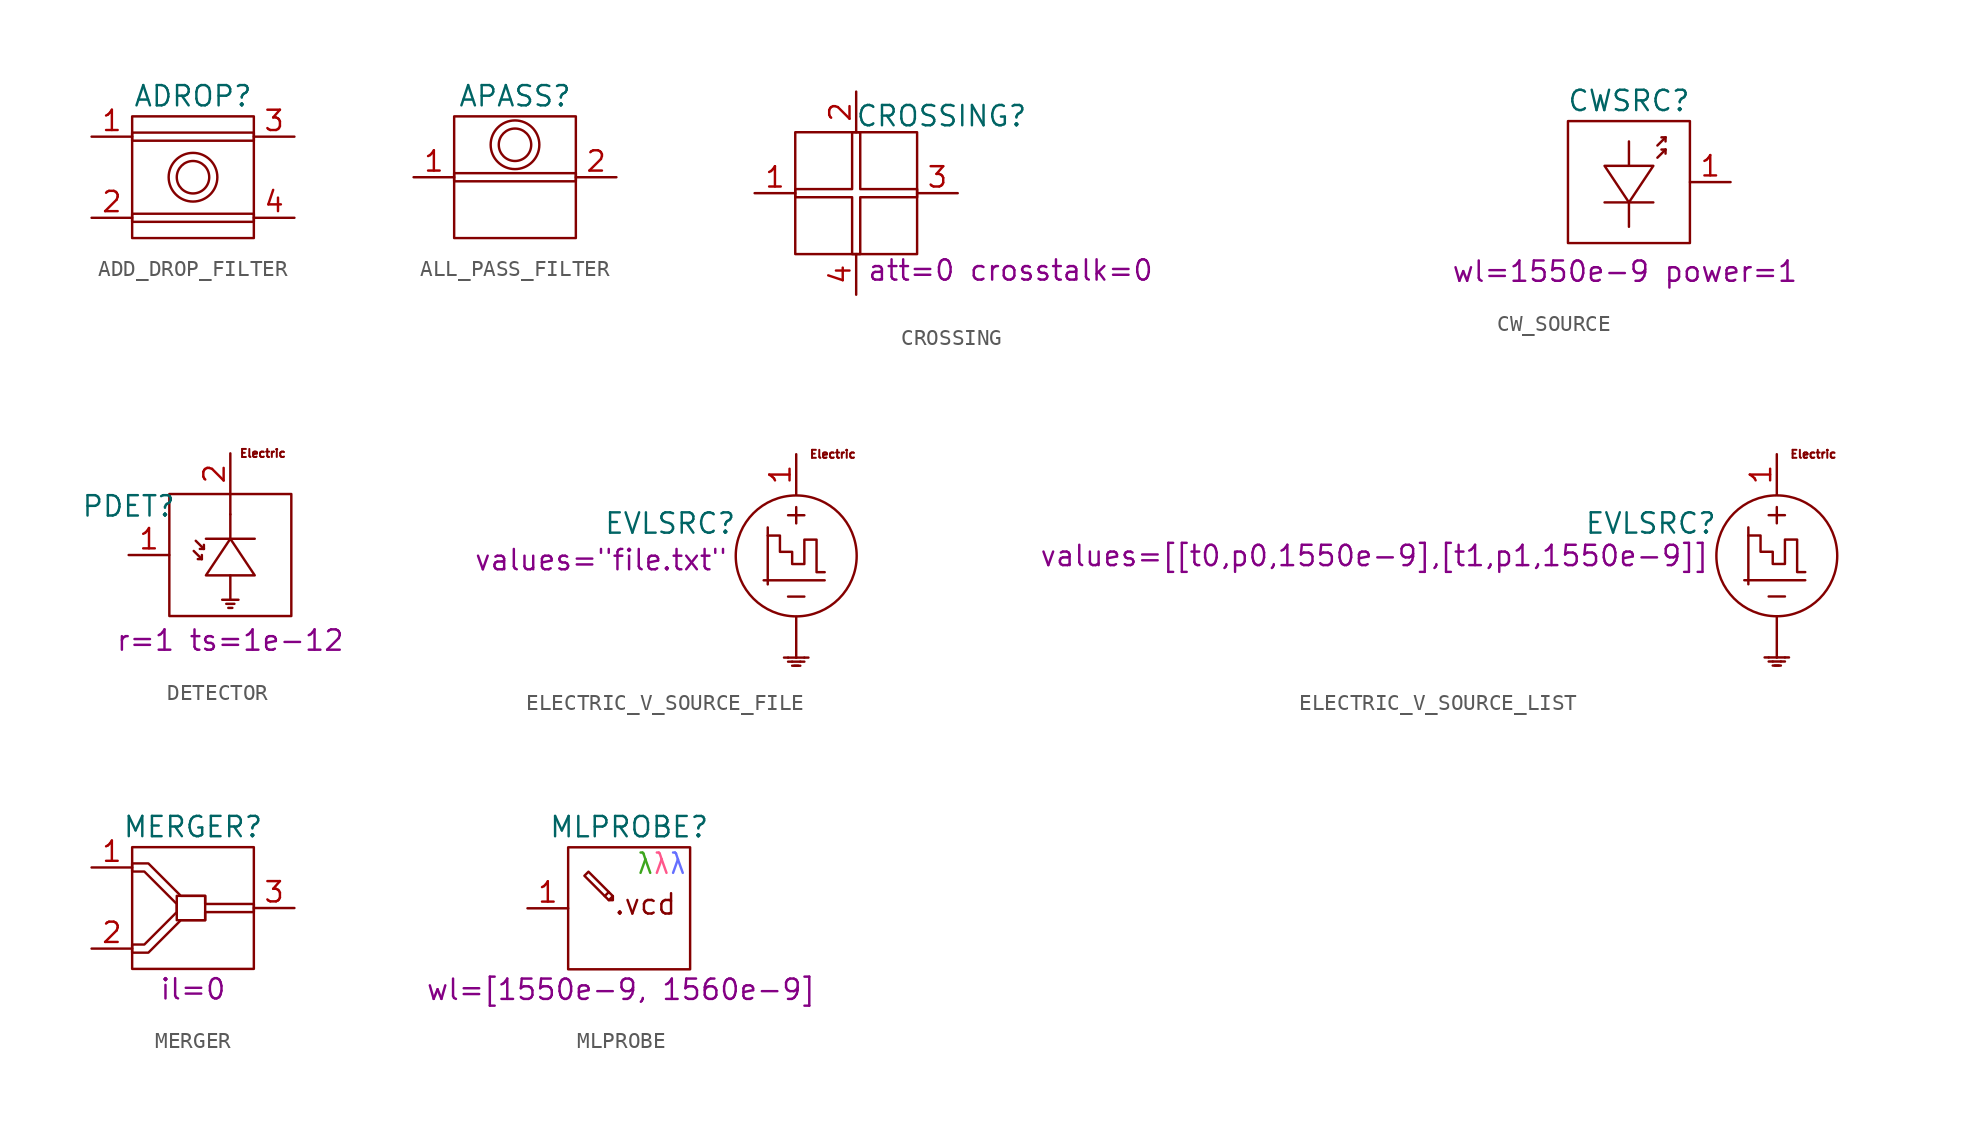
<source format=kicad_sym>
(kicad_symbol_lib
  (version 20220914)
  (generator kicad_symbol_editor)
  (symbol "ADD_DROP_FILTER"
    (property "Reference" "ADROP"
      (at 0 5.08 0)
      (do_not_autoplace)
      (effects (font (size 1.27 1.27))))
    (symbol "ADD_DROP_FILTER_0_0"
      (text "" (at -3.556 1.524 0) (effects (font (size 1.27 1.27)))))
    (symbol "ADD_DROP_FILTER_0_1"
      (rectangle (start -3.81 -2.286) (end 3.81 -2.794) (stroke (width 0) (type default)) (fill (type none)))
      (rectangle (start -3.81 2.794) (end 3.81 2.286) (stroke (width 0) (type default)) (fill (type none)))
      (rectangle (start -3.81 3.81) (end 3.81 -3.81) (stroke (width 0) (type default)) (fill (type none)))
      (circle (center 0 0) (radius 1.016) (stroke (width 0) (type default)) (fill (type none)))
      (circle (center 0 0) (radius 1.524) (stroke (width 0) (type default)) (fill (type none))))
    (symbol "ADD_DROP_FILTER_1_1"
      (pin input line (at -6.35 2.54 0) (length 2.54) (name "" (effects (font (size 1.27 1.27)))) (number "1" (effects (font (size 1.27 1.27)))))
      (pin input line (at -6.35 -2.54 0) (length 2.54) (name "" (effects (font (size 1.27 1.27)))) (number "2" (effects (font (size 1.27 1.27)))))
      (pin output line (at 6.35 2.54 180) (length 2.54) (name "" (effects (font (size 1.27 1.27)))) (number "3" (effects (font (size 1.27 1.27)))))
      (pin output line (at 6.35 -2.54 180) (length 2.54) (name "" (effects (font (size 1.27 1.27)))) (number "4" (effects (font (size 1.27 1.27)))))))
  (symbol "ALL_PASS_FILTER"
    (property "Reference" "APASS"
      (at 0 5.08 0)
      (do_not_autoplace)
      (effects (font (size 1.27 1.27))))
    (symbol "ALL_PASS_FILTER_0_1"
      (rectangle (start -3.81 0.254) (end 3.81 -0.254) (stroke (width 0) (type default)) (fill (type none)))
      (rectangle (start -3.81 3.81) (end 3.81 -3.81) (stroke (width 0) (type default)) (fill (type none)))
      (circle (center 0 2.032) (radius 1.016) (stroke (width 0) (type default)) (fill (type none)))
      (circle (center 0 2.032) (radius 1.524) (stroke (width 0) (type default)) (fill (type none))))
    (symbol "ALL_PASS_FILTER_1_1"
      (pin input line (at -6.35 0 0) (length 2.54) (name "" (effects (font (size 1.27 1.27)))) (number "1" (effects (font (size 1.27 1.27)))))
      (pin output line (at 6.35 0 180) (length 2.54) (name "" (effects (font (size 1.27 1.27)))) (number "2" (effects (font (size 1.27 1.27)))))))
  (symbol "CROSSING"
    (property "Reference" "CROSSING"
      (at 5.334 4.826 0)
      (do_not_autoplace)
      (effects (font (size 1.27 1.27))))
    (property "Sim.Params" "att=0 crosstalk=0"
      (at 9.652 -4.826 0)
      (effects (font (size 1.27 1.27))))
    (symbol "CROSSING_0_1"
      (rectangle (start -3.81 3.81) (end 3.81 -3.81) (stroke (width 0) (type default)) (fill (type none))))
    (symbol "CROSSING_1_1"
      (polyline (pts (xy -3.81 0.254) (xy -0.254 0.254) (xy -0.254 3.81) (xy 0.254 3.81) (xy 0.254 0.254) (xy 3.81 0.254) (xy 3.81 -0.254) (xy 0.254 -0.254) (xy 0.254 -3.81) (xy -0.254 -3.81) (xy -0.254 -0.254) (xy -3.81 -0.254) (xy -3.81 0.254)) (stroke (width 0) (type default)) (fill (type none)))
      (pin input line (at -6.35 0 0) (length 2.54) (name "" (effects (font (size 1.27 1.27)))) (number "1" (effects (font (size 1.27 1.27)))))
      (pin input line (at 0 6.35 270) (length 2.54) (name "" (effects (font (size 1.27 1.27)))) (number "2" (effects (font (size 1.27 1.27)))))
      (pin output line (at 6.35 0 180) (length 2.54) (name "" (effects (font (size 1.27 1.27)))) (number "3" (effects (font (size 1.27 1.27)))))
      (pin output line (at 0 -6.35 90) (length 2.54) (name "" (effects (font (size 1.27 1.27)))) (number "4" (effects (font (size 1.27 1.27)))))))
  (symbol "CW_SOURCE"
    (property "Reference" "CWSRC"
      (at 0 5.08 0)
      (do_not_autoplace)
      (effects (font (size 1.27 1.27))))
    (property "Value" ""
      (at -19.812 -0.254 0)
      (effects (font (size 1.27 1.27))))
    (property "Sim.Params" "wl=1550e-9 power=1"
      (at -0.254 -5.588 0)
      (effects (font (size 1.27 1.27))))
    (symbol "CW_SOURCE_0_1"
      (rectangle (start -3.81 3.81) (end 3.81 -3.81) (stroke (width 0) (type default)) (fill (type none)))
      (polyline (pts (xy -1.524 -1.27) (xy 1.524 -1.27)) (stroke (width 0) (type default)) (fill (type none)))
      (polyline (pts (xy 0 -1.27) (xy 0 -2.794)) (stroke (width 0) (type default)) (fill (type none)))
      (polyline (pts (xy 0 1.016) (xy 0 2.54)) (stroke (width 0) (type default)) (fill (type none)))
      (polyline (pts (xy 1.778 1.524) (xy 2.286 2.032)) (stroke (width 0) (type default)) (fill (type none)))
      (polyline (pts (xy 1.778 2.286) (xy 2.286 2.794)) (stroke (width 0) (type default)) (fill (type none)))
      (polyline (pts (xy 2.286 2.032) (xy 2.032 2.032)) (stroke (width 0) (type default)) (fill (type none)))
      (polyline (pts (xy 2.286 2.032) (xy 2.286 1.778)) (stroke (width 0) (type default)) (fill (type none)))
      (polyline (pts (xy 2.286 2.794) (xy 2.032 2.794)) (stroke (width 0) (type default)) (fill (type none)))
      (polyline (pts (xy 2.286 2.794) (xy 2.286 2.54)) (stroke (width 0) (type default)) (fill (type none)))
      (polyline (pts (xy 0 -1.27) (xy -1.524 1.016) (xy 1.524 1.016) (xy 0 -1.27)) (stroke (width 0) (type default)) (fill (type none))))
    (symbol "CW_SOURCE_1_1"
      (pin output line (at 6.35 0 180) (length 2.54) (name "" (effects (font (size 1.27 1.27)))) (number "1" (effects (font (size 1.27 1.27)))))))
  (symbol "DETECTOR"
    (property "Reference" "PDET"
      (at -6.35 3.048 0)
      (effects (font (size 1.27 1.27))))
    (property "Value" ""
      (at -0.508 3.556 0)
      (effects (font (size 1.27 1.27))))
    (property "Sim.Params" "r=1 ts=1e-12"
      (at 0 -5.334 0)
      (effects (font (size 1.27 1.27))))
    (symbol "DETECTOR_0_1"
      (rectangle (start -3.81 3.81) (end 3.81 -3.81) (stroke (width 0) (type default)) (fill (type none)))
      (polyline (pts (xy -2.286 0.254) (xy -1.778 -0.254)) (stroke (width 0) (type default)) (fill (type none)))
      (polyline (pts (xy -2.159 0.889) (xy -1.651 0.381)) (stroke (width 0) (type default)) (fill (type none)))
      (polyline (pts (xy -1.778 -0.254) (xy -2.032 -0.254)) (stroke (width 0) (type default)) (fill (type none)))
      (polyline (pts (xy -1.778 -0.254) (xy -1.778 0)) (stroke (width 0) (type default)) (fill (type none)))
      (polyline (pts (xy -1.651 0.381) (xy -1.905 0.381)) (stroke (width 0) (type default)) (fill (type none)))
      (polyline (pts (xy -1.651 0.381) (xy -1.651 0.635)) (stroke (width 0) (type default)) (fill (type none)))
      (polyline (pts (xy -0.254 -3.048) (xy 0.254 -3.048)) (stroke (width 0) (type default)) (fill (type none)))
      (polyline (pts (xy -0.127 -3.302) (xy 0.127 -3.302)) (stroke (width 0) (type default)) (fill (type none)))
      (polyline (pts (xy 0 -2.794) (xy -0.508 -2.794)) (stroke (width 0) (type default)) (fill (type none)))
      (polyline (pts (xy 0 -2.794) (xy 0.508 -2.794)) (stroke (width 0) (type default)) (fill (type none)))
      (polyline (pts (xy 0 -1.27) (xy 0 -2.794)) (stroke (width 0) (type default)) (fill (type none)))
      (polyline (pts (xy 0 1.016) (xy 0 2.54)) (stroke (width 0) (type default)) (fill (type none)))
      (polyline (pts (xy 0 2.54) (xy 0 3.81)) (stroke (width 0) (type default)) (fill (type none)))
      (polyline (pts (xy 1.524 1.016) (xy -1.524 1.016)) (stroke (width 0) (type default)) (fill (type none)))
      (polyline (pts (xy 0 1.016) (xy 1.524 -1.27) (xy -1.524 -1.27) (xy 0 1.016)) (stroke (width 0) (type default)) (fill (type none))))
    (symbol "DETECTOR_1_1"
      (text "Electric" (at 2.032 6.35 0) (effects (font (face "KiCad Font") (size 0.5 0.5))))
      (pin input line (at -6.35 0 0) (length 2.54) (name "" (effects (font (size 1.27 1.27)))) (number "1" (effects (font (size 1.27 1.27)))))
      (pin output line (at 0 6.35 270) (length 2.54) (name "" (effects (font (size 1.27 1.27)))) (number "2" (effects (font (size 1.27 1.27)))))))
  (symbol "ELECTRIC_V_SOURCE_FILE"
    (property "Reference" "EVLSRC"
      (at -7.874 2.032 0)
      (do_not_autoplace)
      (effects (font (size 1.27 1.27))))
    (property "Value" ""
      (at -19.812 -0.254 0)
      (effects (font (size 1.27 1.27))))
    (property "Sim.Params" "values=\"file.txt\""
      (at -12.192 -0.254 0)
      (effects (font (size 1.27 1.27))))
    (symbol "ELECTRIC_V_SOURCE_FILE_0_1"
      (polyline (pts (xy -2.032 -1.524) (xy 1.778 -1.524)) (stroke (width 0) (type default)) (fill (type none)))
      (polyline (pts (xy -1.778 1.778) (xy -1.778 -1.778)) (stroke (width 0) (type default)) (fill (type none)))
      (polyline (pts (xy -0.508 -6.35) (xy -0.762 -6.35)) (stroke (width 0) (type default)) (fill (type none)))
      (polyline (pts (xy -0.508 -2.54) (xy 0.508 -2.54)) (stroke (width 0) (type default)) (fill (type none)))
      (polyline (pts (xy -0.508 2.54) (xy 0.508 2.54)) (stroke (width 0) (type default)) (fill (type none)))
      (polyline (pts (xy -0.254 -6.858) (xy 0.254 -6.858)) (stroke (width 0) (type default)) (fill (type none)))
      (polyline (pts (xy -0.254 -6.604) (xy -0.508 -6.604)) (stroke (width 0) (type default)) (fill (type none)))
      (polyline (pts (xy -0.254 -6.604) (xy 0.254 -6.604)) (stroke (width 0) (type default)) (fill (type none)))
      (polyline (pts (xy -0.127 -6.858) (xy 0.127 -6.858)) (stroke (width 0) (type default)) (fill (type none)))
      (polyline (pts (xy 0 -6.35) (xy -0.508 -6.35)) (stroke (width 0) (type default)) (fill (type none)))
      (polyline (pts (xy 0 -6.35) (xy 0 -3.81)) (stroke (width 0) (type default)) (fill (type none)))
      (polyline (pts (xy 0 -6.35) (xy 0.508 -6.35)) (stroke (width 0) (type default)) (fill (type none)))
      (polyline (pts (xy 0 3.048) (xy 0 2.032)) (stroke (width 0) (type default)) (fill (type none)))
      (polyline (pts (xy 0.254 -6.604) (xy 0.508 -6.604)) (stroke (width 0) (type default)) (fill (type none)))
      (polyline (pts (xy 0.508 -6.35) (xy 0.762 -6.35)) (stroke (width 0) (type default)) (fill (type none)))
      (polyline (pts (xy -1.778 1.27) (xy -1.016 1.27) (xy -1.016 0.254) (xy -0.254 0.254) (xy -0.254 -0.508) (xy 0.508 -0.508) (xy 0.508 1.016) (xy 1.27 1.016) (xy 1.27 -1.016) (xy 1.778 -1.016)) (stroke (width 0) (type default)) (fill (type none)))
      (circle (center 0 0) (radius 3.776) (stroke (width 0) (type default)) (fill (type none))))
    (symbol "ELECTRIC_V_SOURCE_FILE_1_1"
      (text "Electric" (at 2.286 6.35 0) (effects (font (face "KiCad Font") (size 0.5 0.5))))
      (pin output line (at 0 6.35 270) (length 2.54) (name "" (effects (font (size 1.27 1.27)))) (number "1" (effects (font (size 1.27 1.27)))))))
  (symbol "ELECTRIC_V_SOURCE_LIST"
    (property "Reference" "EVLSRC"
      (at -7.874 2.032 0)
      (do_not_autoplace)
      (effects (font (size 1.27 1.27))))
    (property "Value" ""
      (at -19.812 -0.254 0)
      (effects (font (size 1.27 1.27))))
    (property "Sim.Params" "values=[[t0,p0,1550e-9],[t1,p1,1550e-9]]"
      (at -25.146 0 0)
      (effects (font (size 1.27 1.27))))
    (symbol "ELECTRIC_V_SOURCE_LIST_0_1"
      (polyline (pts (xy -2.032 -1.524) (xy 1.778 -1.524)) (stroke (width 0) (type default)) (fill (type none)))
      (polyline (pts (xy -1.778 1.778) (xy -1.778 -1.778)) (stroke (width 0) (type default)) (fill (type none)))
      (polyline (pts (xy -0.508 -6.35) (xy -0.762 -6.35)) (stroke (width 0) (type default)) (fill (type none)))
      (polyline (pts (xy -0.508 -2.54) (xy 0.508 -2.54)) (stroke (width 0) (type default)) (fill (type none)))
      (polyline (pts (xy -0.508 2.54) (xy 0.508 2.54)) (stroke (width 0) (type default)) (fill (type none)))
      (polyline (pts (xy -0.254 -6.858) (xy 0.254 -6.858)) (stroke (width 0) (type default)) (fill (type none)))
      (polyline (pts (xy -0.254 -6.604) (xy -0.508 -6.604)) (stroke (width 0) (type default)) (fill (type none)))
      (polyline (pts (xy -0.254 -6.604) (xy 0.254 -6.604)) (stroke (width 0) (type default)) (fill (type none)))
      (polyline (pts (xy -0.127 -6.858) (xy 0.127 -6.858)) (stroke (width 0) (type default)) (fill (type none)))
      (polyline (pts (xy 0 -6.35) (xy -0.508 -6.35)) (stroke (width 0) (type default)) (fill (type none)))
      (polyline (pts (xy 0 -6.35) (xy 0 -3.81)) (stroke (width 0) (type default)) (fill (type none)))
      (polyline (pts (xy 0 -6.35) (xy 0.508 -6.35)) (stroke (width 0) (type default)) (fill (type none)))
      (polyline (pts (xy 0 3.048) (xy 0 2.032)) (stroke (width 0) (type default)) (fill (type none)))
      (polyline (pts (xy 0.254 -6.604) (xy 0.508 -6.604)) (stroke (width 0) (type default)) (fill (type none)))
      (polyline (pts (xy 0.508 -6.35) (xy 0.762 -6.35)) (stroke (width 0) (type default)) (fill (type none)))
      (polyline (pts (xy -1.778 1.27) (xy -1.016 1.27) (xy -1.016 0.254) (xy -0.254 0.254) (xy -0.254 -0.508) (xy 0.508 -0.508) (xy 0.508 1.016) (xy 1.27 1.016) (xy 1.27 -1.016) (xy 1.778 -1.016)) (stroke (width 0) (type default)) (fill (type none)))
      (circle (center 0 0) (radius 3.776) (stroke (width 0) (type default)) (fill (type none))))
    (symbol "ELECTRIC_V_SOURCE_LIST_1_1"
      (text "Electric" (at 2.286 6.35 0) (effects (font (face "KiCad Font") (size 0.5 0.5))))
      (pin output line (at 0 6.35 270) (length 2.54) (name "" (effects (font (size 1.27 1.27)))) (number "1" (effects (font (size 1.27 1.27)))))))
  (symbol "MERGER"
    (property "Reference" "MERGER"
      (at 0 5.08 0)
      (do_not_autoplace)
      (effects (font (size 1.27 1.27))))
    (property "Sim.Params" "il=0"
      (at 0 -5.08 0)
      (effects (font (size 1.27 1.27))))
    (symbol "MERGER_0_1"
      (rectangle (start -3.81 3.81) (end 3.81 -3.81) (stroke (width 0) (type default)) (fill (type none)))
      (rectangle (start -1.016 0.762) (end 0.762 -0.762) (stroke (width 0) (type default)) (fill (type none)))
      (polyline (pts (xy -3.81 -2.794) (xy -2.794 -2.794) (xy -0.762 -0.762) (xy 0.762 -0.762) (xy 0.762 -0.254) (xy 3.81 -0.254) (xy 3.81 0.254) (xy 0.762 0.254) (xy 0.762 0.762) (xy -0.762 0.762) (xy -2.794 2.794) (xy -3.81 2.794) (xy -3.81 2.286) (xy -3.048 2.286) (xy -1.016 0.254) (xy -1.016 -0.254) (xy -3.048 -2.286) (xy -3.81 -2.286) (xy -3.81 -2.794)) (stroke (width 0) (type default)) (fill (type none))))
    (symbol "MERGER_1_1"
      (pin input line (at -6.35 2.54 0) (length 2.54) (name "" (effects (font (size 1.27 1.27)))) (number "1" (effects (font (size 1.27 1.27)))))
      (pin input line (at -6.35 -2.54 0) (length 2.54) (name "" (effects (font (size 1.27 1.27)))) (number "2" (effects (font (size 1.27 1.27)))))
      (pin output line (at 6.35 0 180) (length 2.54) (name "" (effects (font (size 1.27 1.27)))) (number "3" (effects (font (size 1.27 1.27)))))))
  (symbol "MLPROBE"
    (property "Reference" "MLPROBE"
      (at 0 5.08 0)
      (effects (font (size 1.27 1.27))))
    (property "Sim.Params" "wl=[1550e-9, 1560e-9]"
      (at -0.508 -5.08 0)
      (effects (font (size 1.27 1.27))))
    (symbol "MLPROBE_0_1"
      (rectangle (start -3.81 3.81) (end 3.81 -3.81) (stroke (width 0) (type default)) (fill (type none))))
    (symbol "MLPROBE_1_1"
      (polyline (pts (xy -1.524 0.762) (xy -1.27 1.016)) (stroke (width 0) (type default)) (fill (type none)))
      (polyline (pts (xy -1.27 0.508) (xy -1.016 0.762)) (stroke (width 0) (type default)) (fill (type none)))
      (polyline (pts (xy -1.27 0.508) (xy -2.794 2.032) (xy -2.54 2.286) (xy -1.016 0.762) (xy -1.016 0.508) (xy -1.27 0.508)) (stroke (width 0) (type default)) (fill (type none)))
      (text ".vcd" (at 1.016 0.254 0) (effects (font (size 1.27 1.27))))
      (text "λ" (at 1.016 2.794 0) (effects (font (size 1.27 1.27) (color 61 166 29 1))))
      (text "λ" (at 2.032 2.794 0) (effects (font (size 1.27 1.27) (color 255 87 139 1))))
      (text "λ" (at 3.048 2.794 0) (effects (font (size 1.27 1.27) (color 101 111 255 1))))
      (pin input line (at -6.35 0 0) (length 2.54) (name "" (effects (font (size 1.27 1.27)))) (number "1" (effects (font (size 1.27 1.27))))))))
</source>
